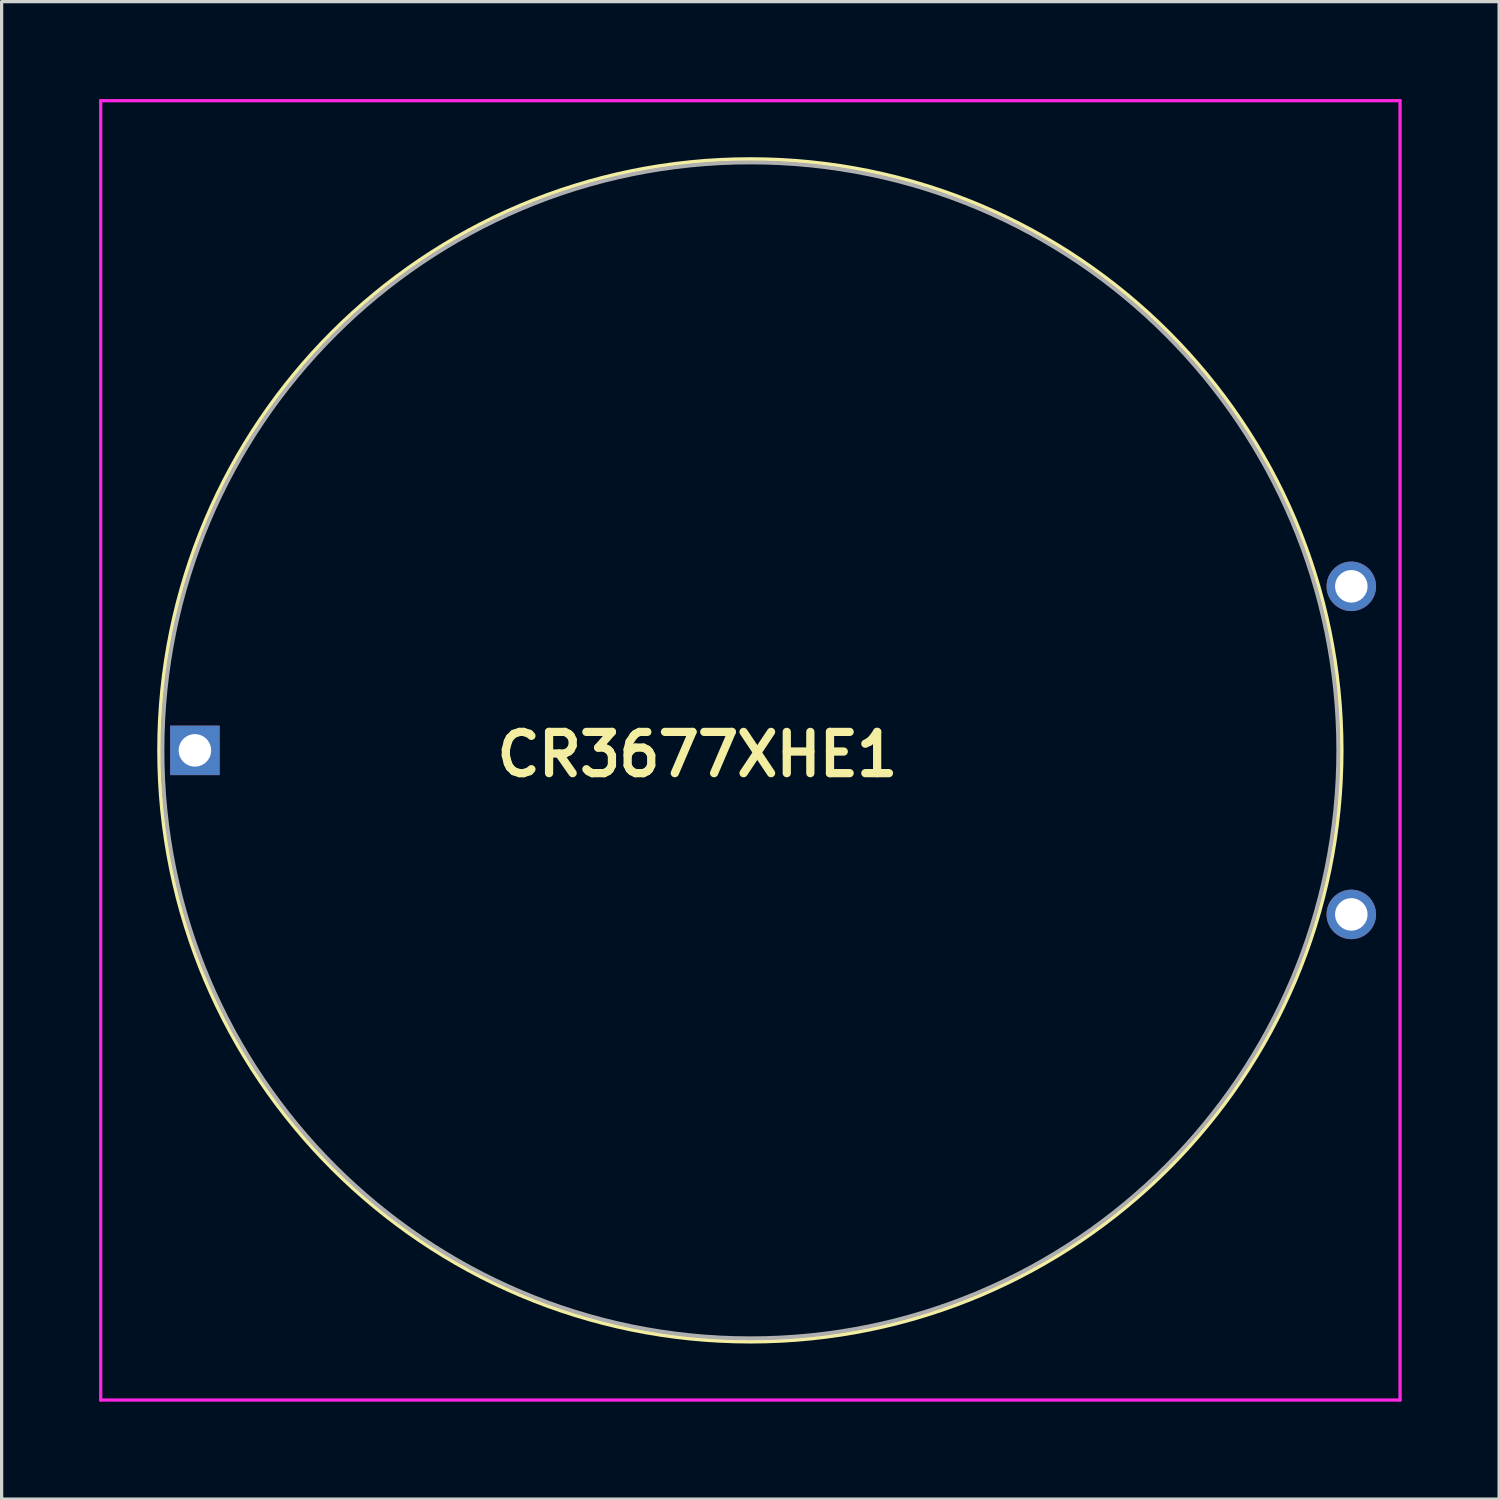
<source format=kicad_pcb>
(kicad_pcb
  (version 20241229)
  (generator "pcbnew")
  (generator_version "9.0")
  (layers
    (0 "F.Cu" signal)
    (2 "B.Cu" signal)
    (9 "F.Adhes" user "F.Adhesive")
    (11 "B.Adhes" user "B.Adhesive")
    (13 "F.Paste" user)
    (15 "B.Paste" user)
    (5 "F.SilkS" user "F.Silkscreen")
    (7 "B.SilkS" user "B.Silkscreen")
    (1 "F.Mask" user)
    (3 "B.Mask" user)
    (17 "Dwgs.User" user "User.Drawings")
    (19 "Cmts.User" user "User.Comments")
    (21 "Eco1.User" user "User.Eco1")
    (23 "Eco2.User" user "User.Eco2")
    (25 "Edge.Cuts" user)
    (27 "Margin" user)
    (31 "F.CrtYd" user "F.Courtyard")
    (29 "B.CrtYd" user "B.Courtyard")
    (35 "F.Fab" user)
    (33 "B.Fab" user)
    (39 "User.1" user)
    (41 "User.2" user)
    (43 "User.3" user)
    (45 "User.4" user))
  (footprint "CR3677XHE1"
    (layer "F.Cu")
    (at 20.05 20.05)
    (property "Reference" "CR3677XHE1" (at -1.631 0.127 0) (layer "F.SilkS") (effects (font (size 1.27 1.27) (thickness 0.254))))
    (attr through_hole)
    (fp_circle (center 0 0) (end 18.2 0) (stroke (width 0.12) (type solid)) (fill no) (layer "F.SilkS"))
    (fp_line (start -20 -20) (end 20 -20) (stroke (width 0.1) (type solid)) (layer "F.CrtYd"))
    (fp_line (start -20 20) (end -20 -20) (stroke (width 0.1) (type solid)) (layer "F.CrtYd"))
    (fp_line (start 20 -20) (end 20 20) (stroke (width 0.1) (type solid)) (layer "F.CrtYd"))
    (fp_line (start 20 20) (end -20 20) (stroke (width 0.1) (type solid)) (layer "F.CrtYd"))
    (fp_circle (center 0 0) (end 18.1 0) (stroke (width 0.12) (type solid)) (fill no) (layer "F.Fab"))
    (pad "1" thru_hole circle (at 18.5 -5.05) (size 1.524 1.524) (drill 1) (layers "*.Cu" "*.Mask"))
    (pad "1" thru_hole circle (at 18.5 5.05) (size 1.524 1.524) (drill 1) (layers "*.Cu" "*.Mask"))
    (pad "2" thru_hole rect (at -17.1 0) (size 1.524 1.524) (drill 1) (layers "*.Cu" "*.Mask")))
  (gr_rect
    (start -3 -3)
    (end 43.1 43.1)
    (stroke (width 0.1) (type default))
    (fill no)
    (layer "Edge.Cuts")))
</source>
